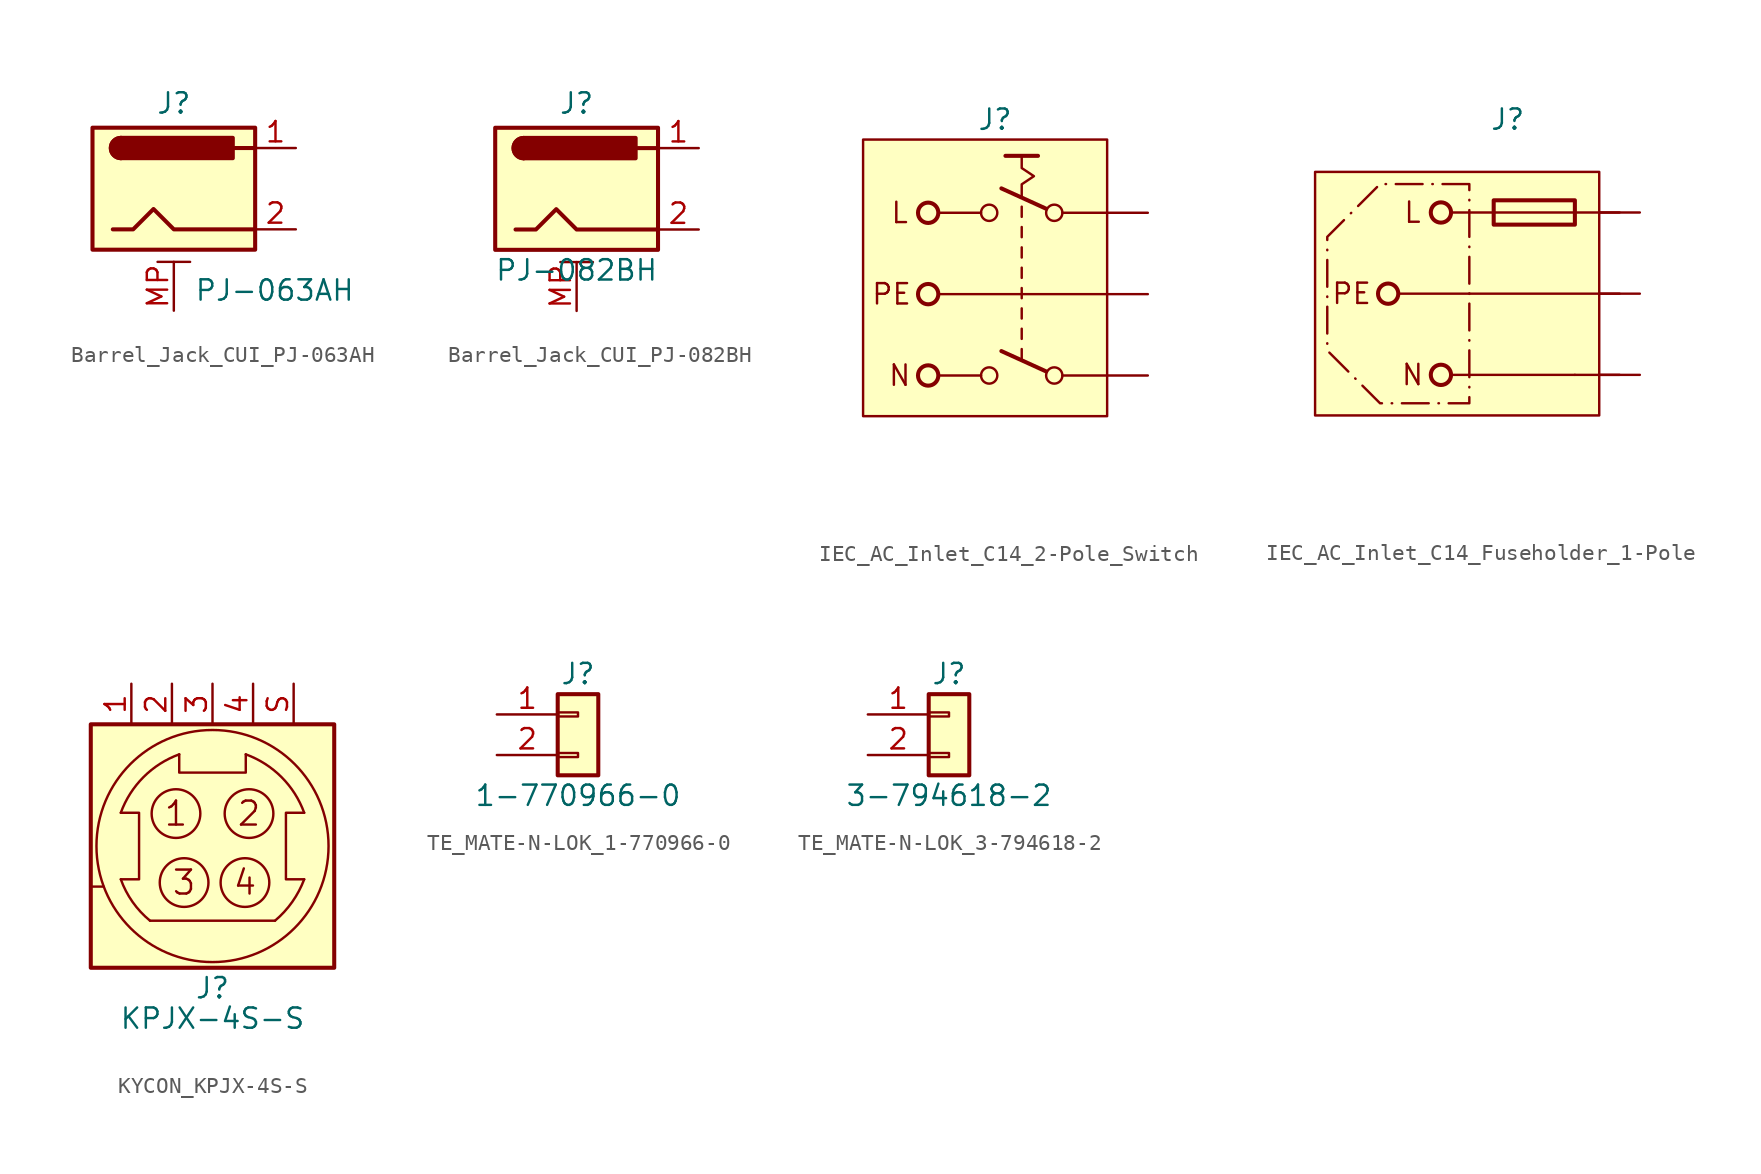
<source format=kicad_sym>
(kicad_symbol_lib
  (version 20231120)
  (generator "kicad_symbol_editor")
  (generator_version "8.0")
  (symbol "Barrel_Jack_CUI_PJ-063AH"
    (pin_names hide)
    (property "Reference" "J"
      (at 0 5.334 0)
      (effects (font (size 1.27 1.27))))
    (property "Value" "PJ-063AH"
      (at 1.27 -6.35 0)
      (effects (font (size 1.27 1.27)) (justify left)))
    (symbol "Barrel_Jack_CUI_PJ-063AH_0_1"
      (rectangle (start -5.08 3.81) (end 5.08 -3.81) (stroke (width 0.254) (type default)) (fill (type background)))
      (arc (start -3.302 3.175) (mid -3.9343 2.54) (end -3.302 1.905) (stroke (width 0.254) (type default)) (fill (type none)))
      (arc (start -3.302 3.175) (mid -3.9343 2.54) (end -3.302 1.905) (stroke (width 0.254) (type default)) (fill (type outline)))
      (polyline (pts (xy 5.08 2.54) (xy 3.81 2.54)) (stroke (width 0.254) (type default)) (fill (type none)))
      (polyline (pts (xy -3.81 -2.54) (xy -2.54 -2.54) (xy -1.27 -1.27) (xy 0 -2.54) (xy 2.54 -2.54) (xy 5.08 -2.54)) (stroke (width 0.254) (type default)) (fill (type none)))
      (rectangle (start 3.683 3.175) (end -3.302 1.905) (stroke (width 0.254) (type default)) (fill (type outline))))
    (symbol "Barrel_Jack_CUI_PJ-063AH_1_1"
      (polyline (pts (xy -1.016 -4.572) (xy 1.016 -4.572)) (stroke (width 0.152) (type default)) (fill (type none)))
      (pin passive line (at 7.62 2.54 180) (length 2.54) (name "~" (effects (font (size 1.27 1.27)))) (number "1" (effects (font (size 1.27 1.27)))))
      (pin passive line (at 7.62 -2.54 180) (length 2.54) (name "~" (effects (font (size 1.27 1.27)))) (number "2" (effects (font (size 1.27 1.27)))))
      (pin passive line (at 0 -7.62 90) (length 3.048) (name "MountPin" (effects (font (size 1.27 1.27)))) (number "MP" (effects (font (size 1.27 1.27)))))))
  (symbol "Barrel_Jack_CUI_PJ-082BH"
    (pin_names hide)
    (property "Reference" "J"
      (at 0 5.334 0)
      (effects (font (size 1.27 1.27))))
    (property "Value" "PJ-082BH"
      (at 0 -5.08 0)
      (effects (font (size 1.27 1.27))))
    (symbol "Barrel_Jack_CUI_PJ-082BH_0_1"
      (rectangle (start -5.08 3.81) (end 5.08 -3.81) (stroke (width 0.254) (type default)) (fill (type background)))
      (arc (start -3.302 3.175) (mid -3.9343 2.54) (end -3.302 1.905) (stroke (width 0.254) (type default)) (fill (type none)))
      (arc (start -3.302 3.175) (mid -3.9343 2.54) (end -3.302 1.905) (stroke (width 0.254) (type default)) (fill (type outline)))
      (polyline (pts (xy 5.08 2.54) (xy 3.81 2.54)) (stroke (width 0.254) (type default)) (fill (type none)))
      (polyline (pts (xy -3.81 -2.54) (xy -2.54 -2.54) (xy -1.27 -1.27) (xy 0 -2.54) (xy 2.54 -2.54) (xy 5.08 -2.54)) (stroke (width 0.254) (type default)) (fill (type none)))
      (rectangle (start 3.683 3.175) (end -3.302 1.905) (stroke (width 0.254) (type default)) (fill (type outline))))
    (symbol "Barrel_Jack_CUI_PJ-082BH_1_1"
      (polyline (pts (xy -1.016 -4.572) (xy 1.016 -4.572)) (stroke (width 0.152) (type default)) (fill (type none)))
      (pin passive line (at 7.62 2.54 180) (length 2.54) (name "~" (effects (font (size 1.27 1.27)))) (number "1" (effects (font (size 1.27 1.27)))))
      (pin passive line (at 7.62 -2.54 180) (length 2.54) (name "~" (effects (font (size 1.27 1.27)))) (number "2" (effects (font (size 1.27 1.27)))))
      (pin passive line (at 0 -7.62 90) (length 3.048) (name "MountPin" (effects (font (size 1.27 1.27)))) (number "MP" (effects (font (size 1.27 1.27)))))))
  (symbol "IEC_AC_Inlet_C14_2-Pole_Switch"
    (pin_names
      (offset 1.016))
    (property "Reference" "J"
      (at -0.508 10.16 0)
      (effects (font (size 1.27 1.27)) (justify left bottom)))
    (property "Value" ""
      (at -7.62 -12.7 0)
      (effects (font (size 1.27 1.27)) (justify left bottom)))
    (symbol "IEC_AC_Inlet_C14_2-Pole_Switch_0_0"
      (circle (center -3.556 -5.08) (radius 0.635) (stroke (width 0.254) (type default)) (fill (type none)))
      (circle (center -3.556 0) (radius 0.635) (stroke (width 0.254) (type default)) (fill (type none)))
      (polyline (pts (xy 2.286 -4.064) (xy 2.286 -3.429)) (stroke (width 0) (type default)) (fill (type none)))
      (polyline (pts (xy 2.286 -2.794) (xy 2.286 -2.159)) (stroke (width 0) (type default)) (fill (type none)))
      (polyline (pts (xy 2.286 -1.524) (xy 2.286 -0.889)) (stroke (width 0) (type default)) (fill (type none)))
      (polyline (pts (xy 2.286 -0.254) (xy 2.286 0.381)) (stroke (width 0) (type default)) (fill (type none)))
      (polyline (pts (xy 2.286 1.016) (xy 2.286 1.651)) (stroke (width 0) (type default)) (fill (type none)))
      (polyline (pts (xy 2.286 2.286) (xy 2.286 2.921)) (stroke (width 0) (type default)) (fill (type none)))
      (polyline (pts (xy 2.286 3.556) (xy 2.286 4.191)) (stroke (width 0) (type default)) (fill (type none)))
      (polyline (pts (xy 2.286 4.826) (xy 2.286 5.461)) (stroke (width 0) (type default)) (fill (type none)))
      (circle (center 0.254 -5.08) (radius 0.508) (stroke (width 0) (type default)) (fill (type none)))
      (circle (center 0.254 5.08) (radius 0.508) (stroke (width 0) (type default)) (fill (type none)))
      (circle (center 4.318 -5.08) (radius 0.508) (stroke (width 0) (type default)) (fill (type none)))
      (circle (center 4.318 5.08) (radius 0.508) (stroke (width 0) (type default)) (fill (type none))))
    (symbol "IEC_AC_Inlet_C14_2-Pole_Switch_0_1"
      (polyline (pts (xy -2.794 -5.08) (xy -0.254 -5.08)) (stroke (width 0) (type default)) (fill (type none)))
      (polyline (pts (xy 7.62 -5.08) (xy 4.826 -5.08)) (stroke (width 0) (type default)) (fill (type none)))
      (polyline (pts (xy 7.62 0) (xy -2.794 0)) (stroke (width 0) (type default)) (fill (type none)))
      (polyline (pts (xy 7.62 5.08) (xy 4.826 5.08)) (stroke (width 0) (type default)) (fill (type none)))
      (polyline (pts (xy -2.794 5.08) (xy -0.254 5.08) (xy -0.254 5.08)) (stroke (width 0) (type default)) (fill (type none))))
    (symbol "IEC_AC_Inlet_C14_2-Pole_Switch_1_0"
      (circle (center -3.556 5.08) (radius 0.635) (stroke (width 0.254) (type default)) (fill (type none)))
      (polyline (pts (xy 1.016 -3.556) (xy 3.81 -4.826)) (stroke (width 0.254) (type default)) (fill (type none)))
      (polyline (pts (xy 1.016 6.604) (xy 3.81 5.334)) (stroke (width 0.254) (type default)) (fill (type none))))
    (symbol "IEC_AC_Inlet_C14_2-Pole_Switch_1_1"
      (rectangle (start -7.62 9.652) (end 7.62 -7.62) (stroke (width 0) (type default)) (fill (type background)))
      (polyline (pts (xy 1.27 8.636) (xy 3.302 8.636)) (stroke (width 0.254) (type default)) (fill (type none)))
      (polyline (pts (xy 2.286 6.096) (xy 2.286 6.858) (xy 3.048 7.366) (xy 2.286 7.874) (xy 2.286 8.382) (xy 2.286 8.636)) (stroke (width 0) (type default)) (fill (type none)))
      (text "L" (at -5.334 5.08 0) (effects (font (size 1.27 1.27))))
      (text "N" (at -5.334 -5.08 0) (effects (font (size 1.27 1.27))))
      (text "PE" (at -5.842 0 0) (effects (font (size 1.27 1.27))))
      (pin power_out line (at 10.16 5.08 180) (length 2.54) (name "L" (effects (font (size 0 0)))) (number "" (effects (font (size 1.27 1.27)))))
      (pin power_out line (at 10.16 -5.08 180) (length 2.54) (name "N" (effects (font (size 0 0)))) (number "" (effects (font (size 1.27 1.27)))))
      (pin power_out line (at 10.16 0 180) (length 2.54) (name "PE" (effects (font (size 0 0)))) (number "" (effects (font (size 1.17 1.17)))))))
  (symbol "IEC_AC_Inlet_C14_Fuseholder_1-Pole"
    (pin_names
      (offset 1.016))
    (property "Reference" "J"
      (at -0.508 10.16 0)
      (effects (font (size 1.27 1.27)) (justify left bottom)))
    (property "Value" ""
      (at -7.62 -12.7 0)
      (effects (font (size 1.27 1.27)) (justify left bottom)))
    (symbol "IEC_AC_Inlet_C14_Fuseholder_1-Pole_0_0"
      (circle (center -6.858 0) (radius 0.635) (stroke (width 0.254) (type default)) (fill (type none)))
      (circle (center -3.556 -5.08) (radius 0.635) (stroke (width 0.254) (type default)) (fill (type none))))
    (symbol "IEC_AC_Inlet_C14_Fuseholder_1-Pole_0_1"
      (rectangle (start -0.254 5.842) (end 4.826 4.318) (stroke (width 0.254) (type default)) (fill (type none)))
      (polyline (pts (xy -2.794 -5.08) (xy 4.826 -5.08)) (stroke (width 0) (type default)) (fill (type none)))
      (polyline (pts (xy -2.794 5.08) (xy 4.826 5.08)) (stroke (width 0) (type default)) (fill (type none)))
      (polyline (pts (xy 7.62 -5.08) (xy 4.826 -5.08)) (stroke (width 0) (type default)) (fill (type none)))
      (polyline (pts (xy 7.62 0) (xy -6.096 0)) (stroke (width 0) (type default)) (fill (type none)))
      (polyline (pts (xy 7.62 5.08) (xy 4.826 5.08)) (stroke (width 0) (type default)) (fill (type none))))
    (symbol "IEC_AC_Inlet_C14_Fuseholder_1-Pole_1_0"
      (circle (center -3.556 5.08) (radius 0.635) (stroke (width 0.254) (type default)) (fill (type none))))
    (symbol "IEC_AC_Inlet_C14_Fuseholder_1-Pole_1_1"
      (rectangle (start -11.43 7.62) (end 6.35 -7.62) (stroke (width 0) (type default)) (fill (type background)))
      (polyline (pts (xy -1.778 6.858) (xy -7.366 6.858) (xy -10.668 3.556) (xy -10.668 -3.556) (xy -7.366 -6.858) (xy -1.778 -6.858) (xy -1.778 6.858)) (stroke (width 0) (type dash_dot)) (fill (type none)))
      (text "L" (at -5.334 5.08 0) (effects (font (size 1.27 1.27))))
      (text "N" (at -5.334 -5.08 0) (effects (font (size 1.27 1.27))))
      (text "PE" (at -9.144 0 0) (effects (font (size 1.27 1.27))))
      (pin power_out line (at 8.89 5.08 180) (length 2.54) (name "L" (effects (font (size 0 0)))) (number "" (effects (font (size 1.27 1.27)))))
      (pin power_out line (at 8.89 -5.08 180) (length 2.54) (name "N" (effects (font (size 0 0)))) (number "" (effects (font (size 1.27 1.27)))))
      (pin power_out line (at 8.89 0 180) (length 2.54) (name "PE" (effects (font (size 0 0)))) (number "" (effects (font (size 1.17 1.17)))))))
  (symbol "KYCON_KPJX-4S-S"
    (pin_names
      (offset 1.016) hide)
    (property "Reference" "J"
      (at 0 -8.89 0)
      (effects (font (size 1.27 1.27))))
    (property "Value" "KPJX-4S-S"
      (at 0 -10.795 0)
      (effects (font (size 1.27 1.27))))
    (symbol "KYCON_KPJX-4S-S_0_1"
      (arc (start -5.7404 -2.0828) (mid -5.0018 -3.5032) (end -3.9116 -4.6736) (stroke (width 0) (type default)) (fill (type none)))
      (circle (center -2.286 2.032) (radius 1.524) (stroke (width 0) (type default)) (fill (type none)))
      (arc (start -2.0828 5.7404) (mid -4.318 4.318) (end -5.7404 2.0828) (stroke (width 0) (type default)) (fill (type none)))
      (circle (center -1.778 -2.286) (radius 1.524) (stroke (width 0) (type default)) (fill (type none)))
      (polyline (pts (xy -7.62 -2.54) (xy -6.807 -2.54)) (stroke (width 0) (type default)) (fill (type none)))
      (polyline (pts (xy -3.912 -4.674) (xy 3.912 -4.674)) (stroke (width 0) (type default)) (fill (type none)))
      (polyline (pts (xy -5.74 2.083) (xy -4.597 2.083) (xy -4.597 -2.083) (xy -5.74 -2.083)) (stroke (width 0) (type default)) (fill (type none)))
      (polyline (pts (xy 2.083 5.74) (xy 2.083 4.597) (xy -2.083 4.597) (xy -2.083 5.74)) (stroke (width 0) (type default)) (fill (type none)))
      (polyline (pts (xy 5.74 -2.083) (xy 4.597 -2.083) (xy 4.597 2.083) (xy 5.74 2.083)) (stroke (width 0) (type default)) (fill (type none)))
      (circle (center 0 0) (radius 7.264) (stroke (width 0) (type default)) (fill (type none)))
      (circle (center 2.032 -2.286) (radius 1.524) (stroke (width 0) (type default)) (fill (type none)))
      (circle (center 2.286 2.032) (radius 1.524) (stroke (width 0) (type default)) (fill (type none)))
      (arc (start 3.9116 -4.6736) (mid 4.9919 -3.4963) (end 5.7404 -2.0828) (stroke (width 0) (type default)) (fill (type none)))
      (arc (start 5.7404 2.0828) (mid 4.318 4.318) (end 2.0828 5.7404) (stroke (width 0) (type default)) (fill (type none))))
    (symbol "KYCON_KPJX-4S-S_1_1"
      (rectangle (start -7.62 7.62) (end 7.62 -7.62) (stroke (width 0.254) (type default)) (fill (type background)))
      (text "1" (at -2.286 2.032 0) (effects (font (size 1.5 1.5))))
      (text "2" (at 2.286 2.032 0) (effects (font (size 1.5 1.5))))
      (text "3" (at -1.778 -2.286 0) (effects (font (size 1.5 1.5))))
      (text "4" (at 2.032 -2.286 0) (effects (font (size 1.5 1.5))))
      (pin passive line (at -5.08 10.16 270) (length 2.54) (name "1" (effects (font (size 1.27 1.27)))) (number "1" (effects (font (size 1.27 1.27)))))
      (pin passive line (at -2.54 10.16 270) (length 2.54) (name "2" (effects (font (size 1.27 1.27)))) (number "2" (effects (font (size 1.27 1.27)))))
      (pin passive line (at 0 10.16 270) (length 2.54) (name "3" (effects (font (size 1.27 1.27)))) (number "3" (effects (font (size 1.27 1.27)))))
      (pin passive line (at 2.54 10.16 270) (length 2.54) (name "Shield" (effects (font (size 1.27 1.27)))) (number "4" (effects (font (size 1.27 1.27)))))
      (pin passive line (at 5.08 10.16 270) (length 2.54) (name "Shield" (effects (font (size 1.27 1.27)))) (number "S" (effects (font (size 1.27 1.27)))))))
  (symbol "TE_MATE-N-LOK_1-770966-0"
    (pin_names
      (offset 1.016) hide)
    (property "Reference" "J"
      (at 0 2.54 0)
      (effects (font (size 1.27 1.27))))
    (property "Value" "1-770966-0"
      (at 0 -5.08 0)
      (effects (font (size 1.27 1.27))))
    (symbol "TE_MATE-N-LOK_1-770966-0_1_1"
      (rectangle (start -1.27 -2.413) (end 0 -2.667) (stroke (width 0.152) (type default)) (fill (type none)))
      (rectangle (start -1.27 0.127) (end 0 -0.127) (stroke (width 0.152) (type default)) (fill (type none)))
      (rectangle (start -1.27 1.27) (end 1.27 -3.81) (stroke (width 0.254) (type default)) (fill (type background)))
      (pin passive line (at -5.08 0 0) (length 3.81) (name "Pin_1" (effects (font (size 1.27 1.27)))) (number "1" (effects (font (size 1.27 1.27)))))
      (pin passive line (at -5.08 -2.54 0) (length 3.81) (name "Pin_2" (effects (font (size 1.27 1.27)))) (number "2" (effects (font (size 1.27 1.27)))))))
  (symbol "TE_MATE-N-LOK_3-794618-2"
    (pin_names
      (offset 1.016) hide)
    (property "Reference" "J"
      (at 0 2.54 0)
      (effects (font (size 1.27 1.27))))
    (property "Value" "3-794618-2"
      (at 0 -5.08 0)
      (effects (font (size 1.27 1.27))))
    (symbol "TE_MATE-N-LOK_3-794618-2_1_1"
      (rectangle (start -1.27 -2.413) (end 0 -2.667) (stroke (width 0.152) (type default)) (fill (type none)))
      (rectangle (start -1.27 0.127) (end 0 -0.127) (stroke (width 0.152) (type default)) (fill (type none)))
      (rectangle (start -1.27 1.27) (end 1.27 -3.81) (stroke (width 0.254) (type default)) (fill (type background)))
      (pin passive line (at -5.08 0 0) (length 3.81) (name "Pin_1" (effects (font (size 1.27 1.27)))) (number "1" (effects (font (size 1.27 1.27)))))
      (pin passive line (at -5.08 -2.54 0) (length 3.81) (name "Pin_2" (effects (font (size 1.27 1.27)))) (number "2" (effects (font (size 1.27 1.27))))))))
</source>
